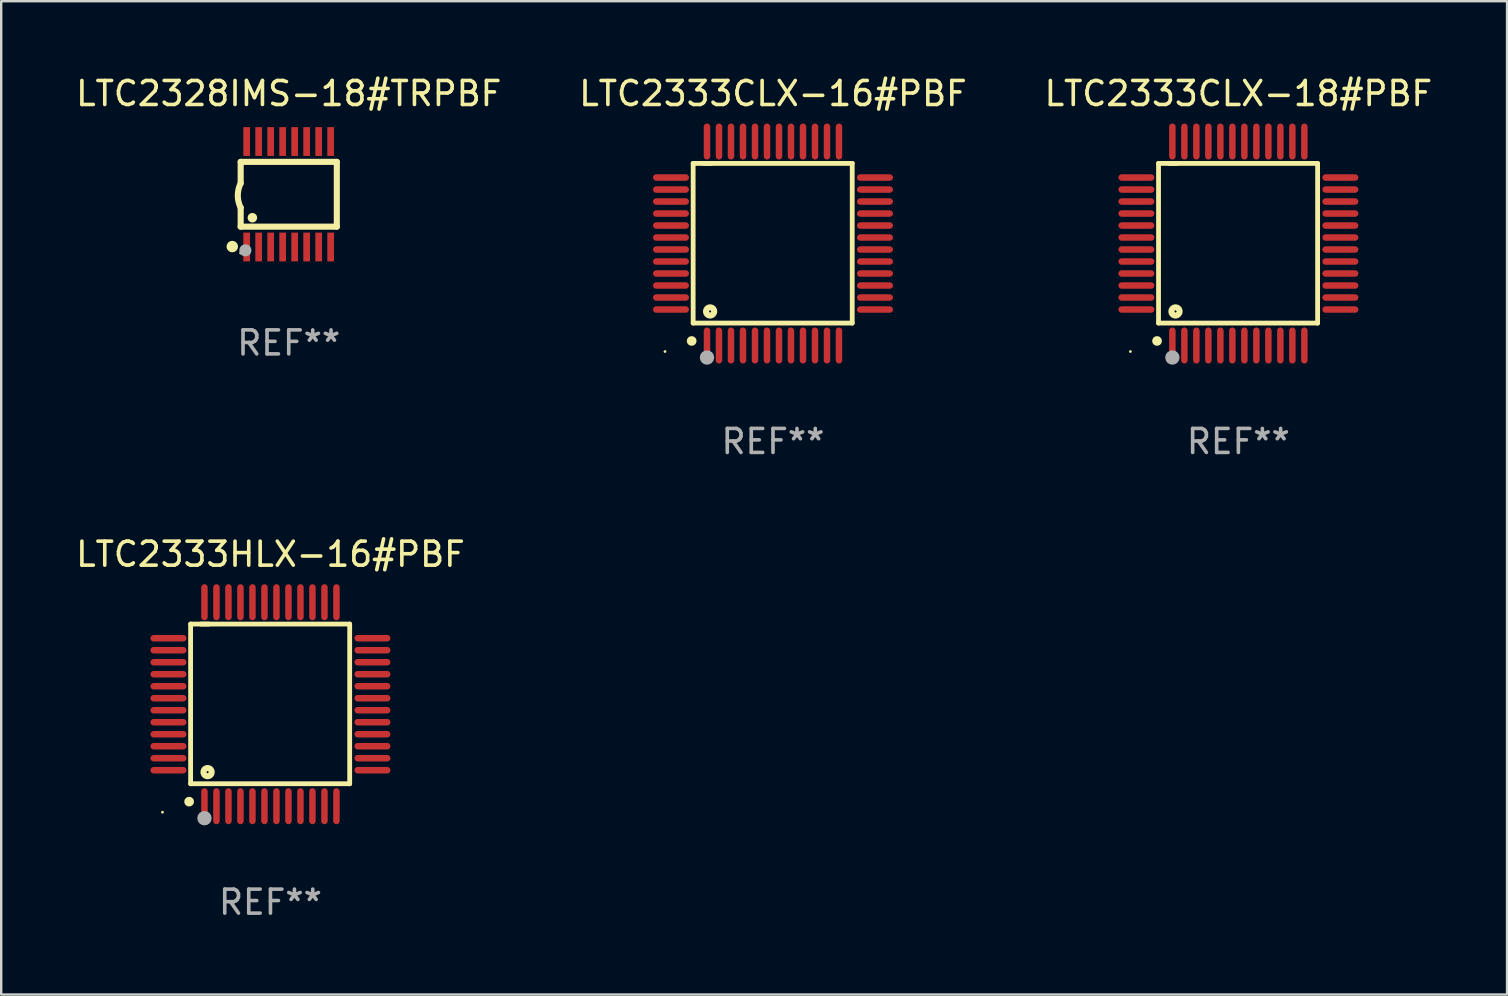
<source format=kicad_pcb>
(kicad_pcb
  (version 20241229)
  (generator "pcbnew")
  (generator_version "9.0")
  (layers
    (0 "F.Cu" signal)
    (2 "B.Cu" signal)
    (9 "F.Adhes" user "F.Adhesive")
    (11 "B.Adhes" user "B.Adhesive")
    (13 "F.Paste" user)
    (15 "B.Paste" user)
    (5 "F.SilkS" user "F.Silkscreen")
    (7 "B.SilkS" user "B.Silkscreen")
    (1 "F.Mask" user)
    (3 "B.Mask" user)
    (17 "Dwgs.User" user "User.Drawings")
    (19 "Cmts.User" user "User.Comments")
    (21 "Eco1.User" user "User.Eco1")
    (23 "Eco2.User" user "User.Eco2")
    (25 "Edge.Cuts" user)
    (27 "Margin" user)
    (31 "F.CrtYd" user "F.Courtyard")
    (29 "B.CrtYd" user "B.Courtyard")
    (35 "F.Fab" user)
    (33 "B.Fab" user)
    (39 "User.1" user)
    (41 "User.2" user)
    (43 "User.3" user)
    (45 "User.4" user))
  (footprint "LTC2333CLX-16#PBF"
    (layer "F.Cu")
    (at 29.161 7.098)
    (property "Reference" "LTC2333CLX-16#PBF" (at 0 -6.25 0) (layer "F.SilkS") (effects (font (size 1 1) (thickness 0.15))))
    (attr through_hole)
    (fp_line (start -3.327 -3.34) (end -2.565 -3.34) (stroke (width 0.2) (type solid)) (layer "F.SilkS"))
    (fp_line (start -3.327 3.315) (end -3.327 -3.34) (stroke (width 0.2) (type solid)) (layer "F.SilkS"))
    (fp_line (start -2.896 -3.34) (end 3.302 -3.34) (stroke (width 0.2) (type solid)) (layer "F.SilkS"))
    (fp_line (start 3.302 -3.34) (end 3.302 3.315) (stroke (width 0.2) (type solid)) (layer "F.SilkS"))
    (fp_line (start 3.302 3.315) (end -3.327 3.315) (stroke (width 0.2) (type solid)) (layer "F.SilkS"))
    (fp_arc (start -3.389992 4.059995) (mid -3.388722 4.059991) (end -3.387452 4.059995) (stroke (width 0.4) (type solid)) (layer "F.SilkS"))
    (fp_circle (center -4.5 4.5) (end -4.47 4.5) (stroke (width 0.06) (type solid)) (fill no) (layer "F.SilkS"))
    (fp_circle (center -2.62 2.83) (end -2.45 2.83) (stroke (width 0.254) (type solid)) (fill no) (layer "F.SilkS"))
    (fp_circle (center -2.75 4.75) (end -2.6 4.75) (stroke (width 0.3) (type solid)) (fill no) (layer "F.Fab"))
    (fp_text user "REF**" (at 0 8.25 0) (layer "F.Fab") (effects (font (size 1 1) (thickness 0.15))))
    (pad "1" smd oval (at -2.75 4.25) (size 0.27 1.5) (layers "F.Cu" "F.Mask" "F.Paste"))
    (pad "2" smd oval (at -2.25 4.25) (size 0.27 1.5) (layers "F.Cu" "F.Mask" "F.Paste"))
    (pad "3" smd oval (at -1.75 4.25) (size 0.27 1.5) (layers "F.Cu" "F.Mask" "F.Paste"))
    (pad "4" smd oval (at -1.25 4.25) (size 0.27 1.5) (layers "F.Cu" "F.Mask" "F.Paste"))
    (pad "5" smd oval (at -0.75 4.25) (size 0.27 1.5) (layers "F.Cu" "F.Mask" "F.Paste"))
    (pad "6" smd oval (at -0.25 4.25) (size 0.27 1.5) (layers "F.Cu" "F.Mask" "F.Paste"))
    (pad "7" smd oval (at 0.25 4.25) (size 0.27 1.5) (layers "F.Cu" "F.Mask" "F.Paste"))
    (pad "8" smd oval (at 0.75 4.25) (size 0.27 1.5) (layers "F.Cu" "F.Mask" "F.Paste"))
    (pad "9" smd oval (at 1.25 4.25) (size 0.27 1.5) (layers "F.Cu" "F.Mask" "F.Paste"))
    (pad "10" smd oval (at 1.75 4.25) (size 0.27 1.5) (layers "F.Cu" "F.Mask" "F.Paste"))
    (pad "11" smd oval (at 2.25 4.25) (size 0.27 1.5) (layers "F.Cu" "F.Mask" "F.Paste"))
    (pad "12" smd oval (at 2.75 4.25) (size 0.27 1.5) (layers "F.Cu" "F.Mask" "F.Paste"))
    (pad "13" smd oval (at 4.25 2.75) (size 1.5 0.27) (layers "F.Cu" "F.Mask" "F.Paste"))
    (pad "14" smd oval (at 4.25 2.25) (size 1.5 0.27) (layers "F.Cu" "F.Mask" "F.Paste"))
    (pad "15" smd oval (at 4.25 1.75) (size 1.5 0.27) (layers "F.Cu" "F.Mask" "F.Paste"))
    (pad "16" smd oval (at 4.25 1.25) (size 1.5 0.27) (layers "F.Cu" "F.Mask" "F.Paste"))
    (pad "17" smd oval (at 4.25 0.75) (size 1.5 0.27) (layers "F.Cu" "F.Mask" "F.Paste"))
    (pad "18" smd oval (at 4.25 0.25) (size 1.5 0.27) (layers "F.Cu" "F.Mask" "F.Paste"))
    (pad "19" smd oval (at 4.25 -0.25) (size 1.5 0.27) (layers "F.Cu" "F.Mask" "F.Paste"))
    (pad "20" smd oval (at 4.25 -0.75) (size 1.5 0.27) (layers "F.Cu" "F.Mask" "F.Paste"))
    (pad "21" smd oval (at 4.25 -1.25) (size 1.5 0.27) (layers "F.Cu" "F.Mask" "F.Paste"))
    (pad "22" smd oval (at 4.25 -1.75) (size 1.5 0.27) (layers "F.Cu" "F.Mask" "F.Paste"))
    (pad "23" smd oval (at 4.25 -2.25) (size 1.5 0.27) (layers "F.Cu" "F.Mask" "F.Paste"))
    (pad "24" smd oval (at 4.25 -2.75) (size 1.5 0.27) (layers "F.Cu" "F.Mask" "F.Paste"))
    (pad "25" smd oval (at 2.75 -4.25) (size 0.27 1.5) (layers "F.Cu" "F.Mask" "F.Paste"))
    (pad "26" smd oval (at 2.25 -4.25) (size 0.27 1.5) (layers "F.Cu" "F.Mask" "F.Paste"))
    (pad "27" smd oval (at 1.75 -4.25) (size 0.27 1.5) (layers "F.Cu" "F.Mask" "F.Paste"))
    (pad "28" smd oval (at 1.25 -4.25) (size 0.27 1.5) (layers "F.Cu" "F.Mask" "F.Paste"))
    (pad "29" smd oval (at 0.75 -4.25) (size 0.27 1.5) (layers "F.Cu" "F.Mask" "F.Paste"))
    (pad "30" smd oval (at 0.25 -4.25) (size 0.27 1.5) (layers "F.Cu" "F.Mask" "F.Paste"))
    (pad "31" smd oval (at -0.25 -4.25) (size 0.27 1.5) (layers "F.Cu" "F.Mask" "F.Paste"))
    (pad "32" smd oval (at -0.75 -4.25) (size 0.27 1.5) (layers "F.Cu" "F.Mask" "F.Paste"))
    (pad "33" smd oval (at -1.25 -4.25) (size 0.27 1.5) (layers "F.Cu" "F.Mask" "F.Paste"))
    (pad "34" smd oval (at -1.75 -4.25) (size 0.27 1.5) (layers "F.Cu" "F.Mask" "F.Paste"))
    (pad "35" smd oval (at -2.25 -4.25) (size 0.27 1.5) (layers "F.Cu" "F.Mask" "F.Paste"))
    (pad "36" smd oval (at -2.75 -4.25) (size 0.27 1.5) (layers "F.Cu" "F.Mask" "F.Paste"))
    (pad "37" smd oval (at -4.25 -2.75) (size 1.5 0.27) (layers "F.Cu" "F.Mask" "F.Paste"))
    (pad "38" smd oval (at -4.25 -2.25) (size 1.5 0.27) (layers "F.Cu" "F.Mask" "F.Paste"))
    (pad "39" smd oval (at -4.25 -1.75) (size 1.5 0.27) (layers "F.Cu" "F.Mask" "F.Paste"))
    (pad "40" smd oval (at -4.25 -1.25) (size 1.5 0.27) (layers "F.Cu" "F.Mask" "F.Paste"))
    (pad "41" smd oval (at -4.25 -0.75) (size 1.5 0.27) (layers "F.Cu" "F.Mask" "F.Paste"))
    (pad "42" smd oval (at -4.25 -0.25) (size 1.5 0.27) (layers "F.Cu" "F.Mask" "F.Paste"))
    (pad "43" smd oval (at -4.25 0.25) (size 1.5 0.27) (layers "F.Cu" "F.Mask" "F.Paste"))
    (pad "44" smd oval (at -4.25 0.75) (size 1.5 0.27) (layers "F.Cu" "F.Mask" "F.Paste"))
    (pad "45" smd oval (at -4.25 1.25) (size 1.5 0.27) (layers "F.Cu" "F.Mask" "F.Paste"))
    (pad "46" smd oval (at -4.25 1.75) (size 1.5 0.27) (layers "F.Cu" "F.Mask" "F.Paste"))
    (pad "47" smd oval (at -4.25 2.25) (size 1.5 0.27) (layers "F.Cu" "F.Mask" "F.Paste"))
    (pad "48" smd oval (at -4.25 2.75) (size 1.5 0.27) (layers "F.Cu" "F.Mask" "F.Paste")))
  (footprint "LTC2333CLX-18#PBF"
    (layer "F.Cu")
    (at 48.554 7.098)
    (property "Reference" "LTC2333CLX-18#PBF" (at 0 -6.25 0) (layer "F.SilkS") (effects (font (size 1 1) (thickness 0.15))))
    (attr through_hole)
    (fp_line (start -3.327 -3.34) (end -2.565 -3.34) (stroke (width 0.2) (type solid)) (layer "F.SilkS"))
    (fp_line (start -3.327 3.315) (end -3.327 -3.34) (stroke (width 0.2) (type solid)) (layer "F.SilkS"))
    (fp_line (start -2.896 -3.34) (end 3.302 -3.34) (stroke (width 0.2) (type solid)) (layer "F.SilkS"))
    (fp_line (start 3.302 -3.34) (end 3.302 3.315) (stroke (width 0.2) (type solid)) (layer "F.SilkS"))
    (fp_line (start 3.302 3.315) (end -3.327 3.315) (stroke (width 0.2) (type solid)) (layer "F.SilkS"))
    (fp_arc (start -3.389992 4.059995) (mid -3.388722 4.059991) (end -3.387452 4.059995) (stroke (width 0.4) (type solid)) (layer "F.SilkS"))
    (fp_circle (center -4.5 4.5) (end -4.47 4.5) (stroke (width 0.06) (type solid)) (fill no) (layer "F.SilkS"))
    (fp_circle (center -2.62 2.83) (end -2.45 2.83) (stroke (width 0.254) (type solid)) (fill no) (layer "F.SilkS"))
    (fp_circle (center -2.75 4.75) (end -2.6 4.75) (stroke (width 0.3) (type solid)) (fill no) (layer "F.Fab"))
    (fp_text user "REF**" (at 0 8.25 0) (layer "F.Fab") (effects (font (size 1 1) (thickness 0.15))))
    (pad "1" smd oval (at -2.75 4.25) (size 0.27 1.5) (layers "F.Cu" "F.Mask" "F.Paste"))
    (pad "2" smd oval (at -2.25 4.25) (size 0.27 1.5) (layers "F.Cu" "F.Mask" "F.Paste"))
    (pad "3" smd oval (at -1.75 4.25) (size 0.27 1.5) (layers "F.Cu" "F.Mask" "F.Paste"))
    (pad "4" smd oval (at -1.25 4.25) (size 0.27 1.5) (layers "F.Cu" "F.Mask" "F.Paste"))
    (pad "5" smd oval (at -0.75 4.25) (size 0.27 1.5) (layers "F.Cu" "F.Mask" "F.Paste"))
    (pad "6" smd oval (at -0.25 4.25) (size 0.27 1.5) (layers "F.Cu" "F.Mask" "F.Paste"))
    (pad "7" smd oval (at 0.25 4.25) (size 0.27 1.5) (layers "F.Cu" "F.Mask" "F.Paste"))
    (pad "8" smd oval (at 0.75 4.25) (size 0.27 1.5) (layers "F.Cu" "F.Mask" "F.Paste"))
    (pad "9" smd oval (at 1.25 4.25) (size 0.27 1.5) (layers "F.Cu" "F.Mask" "F.Paste"))
    (pad "10" smd oval (at 1.75 4.25) (size 0.27 1.5) (layers "F.Cu" "F.Mask" "F.Paste"))
    (pad "11" smd oval (at 2.25 4.25) (size 0.27 1.5) (layers "F.Cu" "F.Mask" "F.Paste"))
    (pad "12" smd oval (at 2.75 4.25) (size 0.27 1.5) (layers "F.Cu" "F.Mask" "F.Paste"))
    (pad "13" smd oval (at 4.25 2.75) (size 1.5 0.27) (layers "F.Cu" "F.Mask" "F.Paste"))
    (pad "14" smd oval (at 4.25 2.25) (size 1.5 0.27) (layers "F.Cu" "F.Mask" "F.Paste"))
    (pad "15" smd oval (at 4.25 1.75) (size 1.5 0.27) (layers "F.Cu" "F.Mask" "F.Paste"))
    (pad "16" smd oval (at 4.25 1.25) (size 1.5 0.27) (layers "F.Cu" "F.Mask" "F.Paste"))
    (pad "17" smd oval (at 4.25 0.75) (size 1.5 0.27) (layers "F.Cu" "F.Mask" "F.Paste"))
    (pad "18" smd oval (at 4.25 0.25) (size 1.5 0.27) (layers "F.Cu" "F.Mask" "F.Paste"))
    (pad "19" smd oval (at 4.25 -0.25) (size 1.5 0.27) (layers "F.Cu" "F.Mask" "F.Paste"))
    (pad "20" smd oval (at 4.25 -0.75) (size 1.5 0.27) (layers "F.Cu" "F.Mask" "F.Paste"))
    (pad "21" smd oval (at 4.25 -1.25) (size 1.5 0.27) (layers "F.Cu" "F.Mask" "F.Paste"))
    (pad "22" smd oval (at 4.25 -1.75) (size 1.5 0.27) (layers "F.Cu" "F.Mask" "F.Paste"))
    (pad "23" smd oval (at 4.25 -2.25) (size 1.5 0.27) (layers "F.Cu" "F.Mask" "F.Paste"))
    (pad "24" smd oval (at 4.25 -2.75) (size 1.5 0.27) (layers "F.Cu" "F.Mask" "F.Paste"))
    (pad "25" smd oval (at 2.75 -4.25) (size 0.27 1.5) (layers "F.Cu" "F.Mask" "F.Paste"))
    (pad "26" smd oval (at 2.25 -4.25) (size 0.27 1.5) (layers "F.Cu" "F.Mask" "F.Paste"))
    (pad "27" smd oval (at 1.75 -4.25) (size 0.27 1.5) (layers "F.Cu" "F.Mask" "F.Paste"))
    (pad "28" smd oval (at 1.25 -4.25) (size 0.27 1.5) (layers "F.Cu" "F.Mask" "F.Paste"))
    (pad "29" smd oval (at 0.75 -4.25) (size 0.27 1.5) (layers "F.Cu" "F.Mask" "F.Paste"))
    (pad "30" smd oval (at 0.25 -4.25) (size 0.27 1.5) (layers "F.Cu" "F.Mask" "F.Paste"))
    (pad "31" smd oval (at -0.25 -4.25) (size 0.27 1.5) (layers "F.Cu" "F.Mask" "F.Paste"))
    (pad "32" smd oval (at -0.75 -4.25) (size 0.27 1.5) (layers "F.Cu" "F.Mask" "F.Paste"))
    (pad "33" smd oval (at -1.25 -4.25) (size 0.27 1.5) (layers "F.Cu" "F.Mask" "F.Paste"))
    (pad "34" smd oval (at -1.75 -4.25) (size 0.27 1.5) (layers "F.Cu" "F.Mask" "F.Paste"))
    (pad "35" smd oval (at -2.25 -4.25) (size 0.27 1.5) (layers "F.Cu" "F.Mask" "F.Paste"))
    (pad "36" smd oval (at -2.75 -4.25) (size 0.27 1.5) (layers "F.Cu" "F.Mask" "F.Paste"))
    (pad "37" smd oval (at -4.25 -2.75) (size 1.5 0.27) (layers "F.Cu" "F.Mask" "F.Paste"))
    (pad "38" smd oval (at -4.25 -2.25) (size 1.5 0.27) (layers "F.Cu" "F.Mask" "F.Paste"))
    (pad "39" smd oval (at -4.25 -1.75) (size 1.5 0.27) (layers "F.Cu" "F.Mask" "F.Paste"))
    (pad "40" smd oval (at -4.25 -1.25) (size 1.5 0.27) (layers "F.Cu" "F.Mask" "F.Paste"))
    (pad "41" smd oval (at -4.25 -0.75) (size 1.5 0.27) (layers "F.Cu" "F.Mask" "F.Paste"))
    (pad "42" smd oval (at -4.25 -0.25) (size 1.5 0.27) (layers "F.Cu" "F.Mask" "F.Paste"))
    (pad "43" smd oval (at -4.25 0.25) (size 1.5 0.27) (layers "F.Cu" "F.Mask" "F.Paste"))
    (pad "44" smd oval (at -4.25 0.75) (size 1.5 0.27) (layers "F.Cu" "F.Mask" "F.Paste"))
    (pad "45" smd oval (at -4.25 1.25) (size 1.5 0.27) (layers "F.Cu" "F.Mask" "F.Paste"))
    (pad "46" smd oval (at -4.25 1.75) (size 1.5 0.27) (layers "F.Cu" "F.Mask" "F.Paste"))
    (pad "47" smd oval (at -4.25 2.25) (size 1.5 0.27) (layers "F.Cu" "F.Mask" "F.Paste"))
    (pad "48" smd oval (at -4.25 2.75) (size 1.5 0.27) (layers "F.Cu" "F.Mask" "F.Paste")))
  (footprint "LTC2328IMS-18#TRPBF"
    (layer "F.Cu")
    (at 8.982 5.045)
    (property "Reference" "LTC2328IMS-18#TRPBF" (at 0 -4.197 0) (layer "F.SilkS") (effects (font (size 1 1) (thickness 0.15))))
    (attr through_hole)
    (fp_line (start -2.003 -1.35) (end -2.003 -0.457) (stroke (width 0.254) (type solid)) (layer "F.SilkS"))
    (fp_line (start -2.003 -1.35) (end 2.003 -1.35) (stroke (width 0.254) (type solid)) (layer "F.SilkS"))
    (fp_line (start -2.003 1.35) (end -2.003 0.559) (stroke (width 0.254) (type solid)) (layer "F.SilkS"))
    (fp_line (start -2.003 1.35) (end 2.003 1.35) (stroke (width 0.254) (type solid)) (layer "F.SilkS"))
    (fp_line (start 2.003 -1.35) (end 2.003 1.35) (stroke (width 0.254) (type solid)) (layer "F.SilkS"))
    (fp_arc (start -2.002286 0.558802) (mid -2.122556 0.05092) (end -2.003302 -0.457201) (stroke (width 0.254001) (type solid)) (layer "F.SilkS"))
    (fp_circle (center -2.353 2.18) (end -2.233 2.18) (stroke (width 0.24) (type solid)) (fill no) (layer "F.SilkS"))
    (fp_circle (center -2.003 2.45) (end -1.973 2.45) (stroke (width 0.06) (type solid)) (fill no) (layer "F.SilkS"))
    (fp_circle (center -1.515 0.978) (end -1.415 0.978) (stroke (width 0.2) (type solid)) (fill no) (layer "F.SilkS"))
    (fp_circle (center -1.807 2.337) (end -1.68 2.337) (stroke (width 0.254) (type solid)) (fill no) (layer "F.Fab"))
    (fp_text user "REF**" (at 0 6.197 0) (layer "F.Fab") (effects (font (size 1 1) (thickness 0.15))))
    (pad "1" smd rect (at -1.753 2.197 90) (size 1.2 0.28) (layers "F.Cu" "F.Mask" "F.Paste"))
    (pad "2" smd rect (at -1.253 2.197 90) (size 1.2 0.28) (layers "F.Cu" "F.Mask" "F.Paste"))
    (pad "3" smd rect (at -0.753 2.197 90) (size 1.2 0.28) (layers "F.Cu" "F.Mask" "F.Paste"))
    (pad "4" smd rect (at -0.253 2.197 90) (size 1.2 0.28) (layers "F.Cu" "F.Mask" "F.Paste"))
    (pad "5" smd rect (at 0.247 2.197 90) (size 1.2 0.28) (layers "F.Cu" "F.Mask" "F.Paste"))
    (pad "6" smd rect (at 0.747 2.197 90) (size 1.2 0.28) (layers "F.Cu" "F.Mask" "F.Paste"))
    (pad "7" smd rect (at 1.247 2.197 90) (size 1.2 0.28) (layers "F.Cu" "F.Mask" "F.Paste"))
    (pad "8" smd rect (at 1.747 2.197 90) (size 1.2 0.28) (layers "F.Cu" "F.Mask" "F.Paste"))
    (pad "9" smd rect (at 1.747 -2.197 90) (size 1.2 0.28) (layers "F.Cu" "F.Mask" "F.Paste"))
    (pad "10" smd rect (at 1.247 -2.197 90) (size 1.2 0.28) (layers "F.Cu" "F.Mask" "F.Paste"))
    (pad "11" smd rect (at 0.747 -2.197 90) (size 1.2 0.28) (layers "F.Cu" "F.Mask" "F.Paste"))
    (pad "12" smd rect (at 0.247 -2.197 90) (size 1.2 0.28) (layers "F.Cu" "F.Mask" "F.Paste"))
    (pad "13" smd rect (at -0.253 -2.197 90) (size 1.2 0.28) (layers "F.Cu" "F.Mask" "F.Paste"))
    (pad "14" smd rect (at -0.753 -2.197 90) (size 1.2 0.28) (layers "F.Cu" "F.Mask" "F.Paste"))
    (pad "15" smd rect (at -1.253 -2.197 90) (size 1.2 0.28) (layers "F.Cu" "F.Mask" "F.Paste"))
    (pad "16" smd rect (at -1.753 -2.197 90) (size 1.2 0.28) (layers "F.Cu" "F.Mask" "F.Paste")))
  (footprint "LTC2333HLX-16#PBF"
    (layer "F.Cu")
    (at 8.22 26.295)
    (property "Reference" "LTC2333HLX-16#PBF" (at 0 -6.25 0) (layer "F.SilkS") (effects (font (size 1 1) (thickness 0.15))))
    (attr through_hole)
    (fp_line (start -3.327 -3.34) (end -2.565 -3.34) (stroke (width 0.2) (type solid)) (layer "F.SilkS"))
    (fp_line (start -3.327 3.315) (end -3.327 -3.34) (stroke (width 0.2) (type solid)) (layer "F.SilkS"))
    (fp_line (start -2.896 -3.34) (end 3.302 -3.34) (stroke (width 0.2) (type solid)) (layer "F.SilkS"))
    (fp_line (start 3.302 -3.34) (end 3.302 3.315) (stroke (width 0.2) (type solid)) (layer "F.SilkS"))
    (fp_line (start 3.302 3.315) (end -3.327 3.315) (stroke (width 0.2) (type solid)) (layer "F.SilkS"))
    (fp_arc (start -3.389992 4.059995) (mid -3.388722 4.059991) (end -3.387452 4.059995) (stroke (width 0.4) (type solid)) (layer "F.SilkS"))
    (fp_circle (center -4.5 4.5) (end -4.47 4.5) (stroke (width 0.06) (type solid)) (fill no) (layer "F.SilkS"))
    (fp_circle (center -2.62 2.83) (end -2.45 2.83) (stroke (width 0.254) (type solid)) (fill no) (layer "F.SilkS"))
    (fp_circle (center -2.75 4.75) (end -2.6 4.75) (stroke (width 0.3) (type solid)) (fill no) (layer "F.Fab"))
    (fp_text user "REF**" (at 0 8.25 0) (layer "F.Fab") (effects (font (size 1 1) (thickness 0.15))))
    (pad "1" smd oval (at -2.75 4.25) (size 0.27 1.5) (layers "F.Cu" "F.Mask" "F.Paste"))
    (pad "2" smd oval (at -2.25 4.25) (size 0.27 1.5) (layers "F.Cu" "F.Mask" "F.Paste"))
    (pad "3" smd oval (at -1.75 4.25) (size 0.27 1.5) (layers "F.Cu" "F.Mask" "F.Paste"))
    (pad "4" smd oval (at -1.25 4.25) (size 0.27 1.5) (layers "F.Cu" "F.Mask" "F.Paste"))
    (pad "5" smd oval (at -0.75 4.25) (size 0.27 1.5) (layers "F.Cu" "F.Mask" "F.Paste"))
    (pad "6" smd oval (at -0.25 4.25) (size 0.27 1.5) (layers "F.Cu" "F.Mask" "F.Paste"))
    (pad "7" smd oval (at 0.25 4.25) (size 0.27 1.5) (layers "F.Cu" "F.Mask" "F.Paste"))
    (pad "8" smd oval (at 0.75 4.25) (size 0.27 1.5) (layers "F.Cu" "F.Mask" "F.Paste"))
    (pad "9" smd oval (at 1.25 4.25) (size 0.27 1.5) (layers "F.Cu" "F.Mask" "F.Paste"))
    (pad "10" smd oval (at 1.75 4.25) (size 0.27 1.5) (layers "F.Cu" "F.Mask" "F.Paste"))
    (pad "11" smd oval (at 2.25 4.25) (size 0.27 1.5) (layers "F.Cu" "F.Mask" "F.Paste"))
    (pad "12" smd oval (at 2.75 4.25) (size 0.27 1.5) (layers "F.Cu" "F.Mask" "F.Paste"))
    (pad "13" smd oval (at 4.25 2.75) (size 1.5 0.27) (layers "F.Cu" "F.Mask" "F.Paste"))
    (pad "14" smd oval (at 4.25 2.25) (size 1.5 0.27) (layers "F.Cu" "F.Mask" "F.Paste"))
    (pad "15" smd oval (at 4.25 1.75) (size 1.5 0.27) (layers "F.Cu" "F.Mask" "F.Paste"))
    (pad "16" smd oval (at 4.25 1.25) (size 1.5 0.27) (layers "F.Cu" "F.Mask" "F.Paste"))
    (pad "17" smd oval (at 4.25 0.75) (size 1.5 0.27) (layers "F.Cu" "F.Mask" "F.Paste"))
    (pad "18" smd oval (at 4.25 0.25) (size 1.5 0.27) (layers "F.Cu" "F.Mask" "F.Paste"))
    (pad "19" smd oval (at 4.25 -0.25) (size 1.5 0.27) (layers "F.Cu" "F.Mask" "F.Paste"))
    (pad "20" smd oval (at 4.25 -0.75) (size 1.5 0.27) (layers "F.Cu" "F.Mask" "F.Paste"))
    (pad "21" smd oval (at 4.25 -1.25) (size 1.5 0.27) (layers "F.Cu" "F.Mask" "F.Paste"))
    (pad "22" smd oval (at 4.25 -1.75) (size 1.5 0.27) (layers "F.Cu" "F.Mask" "F.Paste"))
    (pad "23" smd oval (at 4.25 -2.25) (size 1.5 0.27) (layers "F.Cu" "F.Mask" "F.Paste"))
    (pad "24" smd oval (at 4.25 -2.75) (size 1.5 0.27) (layers "F.Cu" "F.Mask" "F.Paste"))
    (pad "25" smd oval (at 2.75 -4.25) (size 0.27 1.5) (layers "F.Cu" "F.Mask" "F.Paste"))
    (pad "26" smd oval (at 2.25 -4.25) (size 0.27 1.5) (layers "F.Cu" "F.Mask" "F.Paste"))
    (pad "27" smd oval (at 1.75 -4.25) (size 0.27 1.5) (layers "F.Cu" "F.Mask" "F.Paste"))
    (pad "28" smd oval (at 1.25 -4.25) (size 0.27 1.5) (layers "F.Cu" "F.Mask" "F.Paste"))
    (pad "29" smd oval (at 0.75 -4.25) (size 0.27 1.5) (layers "F.Cu" "F.Mask" "F.Paste"))
    (pad "30" smd oval (at 0.25 -4.25) (size 0.27 1.5) (layers "F.Cu" "F.Mask" "F.Paste"))
    (pad "31" smd oval (at -0.25 -4.25) (size 0.27 1.5) (layers "F.Cu" "F.Mask" "F.Paste"))
    (pad "32" smd oval (at -0.75 -4.25) (size 0.27 1.5) (layers "F.Cu" "F.Mask" "F.Paste"))
    (pad "33" smd oval (at -1.25 -4.25) (size 0.27 1.5) (layers "F.Cu" "F.Mask" "F.Paste"))
    (pad "34" smd oval (at -1.75 -4.25) (size 0.27 1.5) (layers "F.Cu" "F.Mask" "F.Paste"))
    (pad "35" smd oval (at -2.25 -4.25) (size 0.27 1.5) (layers "F.Cu" "F.Mask" "F.Paste"))
    (pad "36" smd oval (at -2.75 -4.25) (size 0.27 1.5) (layers "F.Cu" "F.Mask" "F.Paste"))
    (pad "37" smd oval (at -4.25 -2.75) (size 1.5 0.27) (layers "F.Cu" "F.Mask" "F.Paste"))
    (pad "38" smd oval (at -4.25 -2.25) (size 1.5 0.27) (layers "F.Cu" "F.Mask" "F.Paste"))
    (pad "39" smd oval (at -4.25 -1.75) (size 1.5 0.27) (layers "F.Cu" "F.Mask" "F.Paste"))
    (pad "40" smd oval (at -4.25 -1.25) (size 1.5 0.27) (layers "F.Cu" "F.Mask" "F.Paste"))
    (pad "41" smd oval (at -4.25 -0.75) (size 1.5 0.27) (layers "F.Cu" "F.Mask" "F.Paste"))
    (pad "42" smd oval (at -4.25 -0.25) (size 1.5 0.27) (layers "F.Cu" "F.Mask" "F.Paste"))
    (pad "43" smd oval (at -4.25 0.25) (size 1.5 0.27) (layers "F.Cu" "F.Mask" "F.Paste"))
    (pad "44" smd oval (at -4.25 0.75) (size 1.5 0.27) (layers "F.Cu" "F.Mask" "F.Paste"))
    (pad "45" smd oval (at -4.25 1.25) (size 1.5 0.27) (layers "F.Cu" "F.Mask" "F.Paste"))
    (pad "46" smd oval (at -4.25 1.75) (size 1.5 0.27) (layers "F.Cu" "F.Mask" "F.Paste"))
    (pad "47" smd oval (at -4.25 2.25) (size 1.5 0.27) (layers "F.Cu" "F.Mask" "F.Paste"))
    (pad "48" smd oval (at -4.25 2.75) (size 1.5 0.27) (layers "F.Cu" "F.Mask" "F.Paste")))
  (gr_rect
    (start -3 -3)
    (end 59.75 38.393)
    (stroke (width 0.1) (type default))
    (fill no)
    (layer "Edge.Cuts")))
</source>
